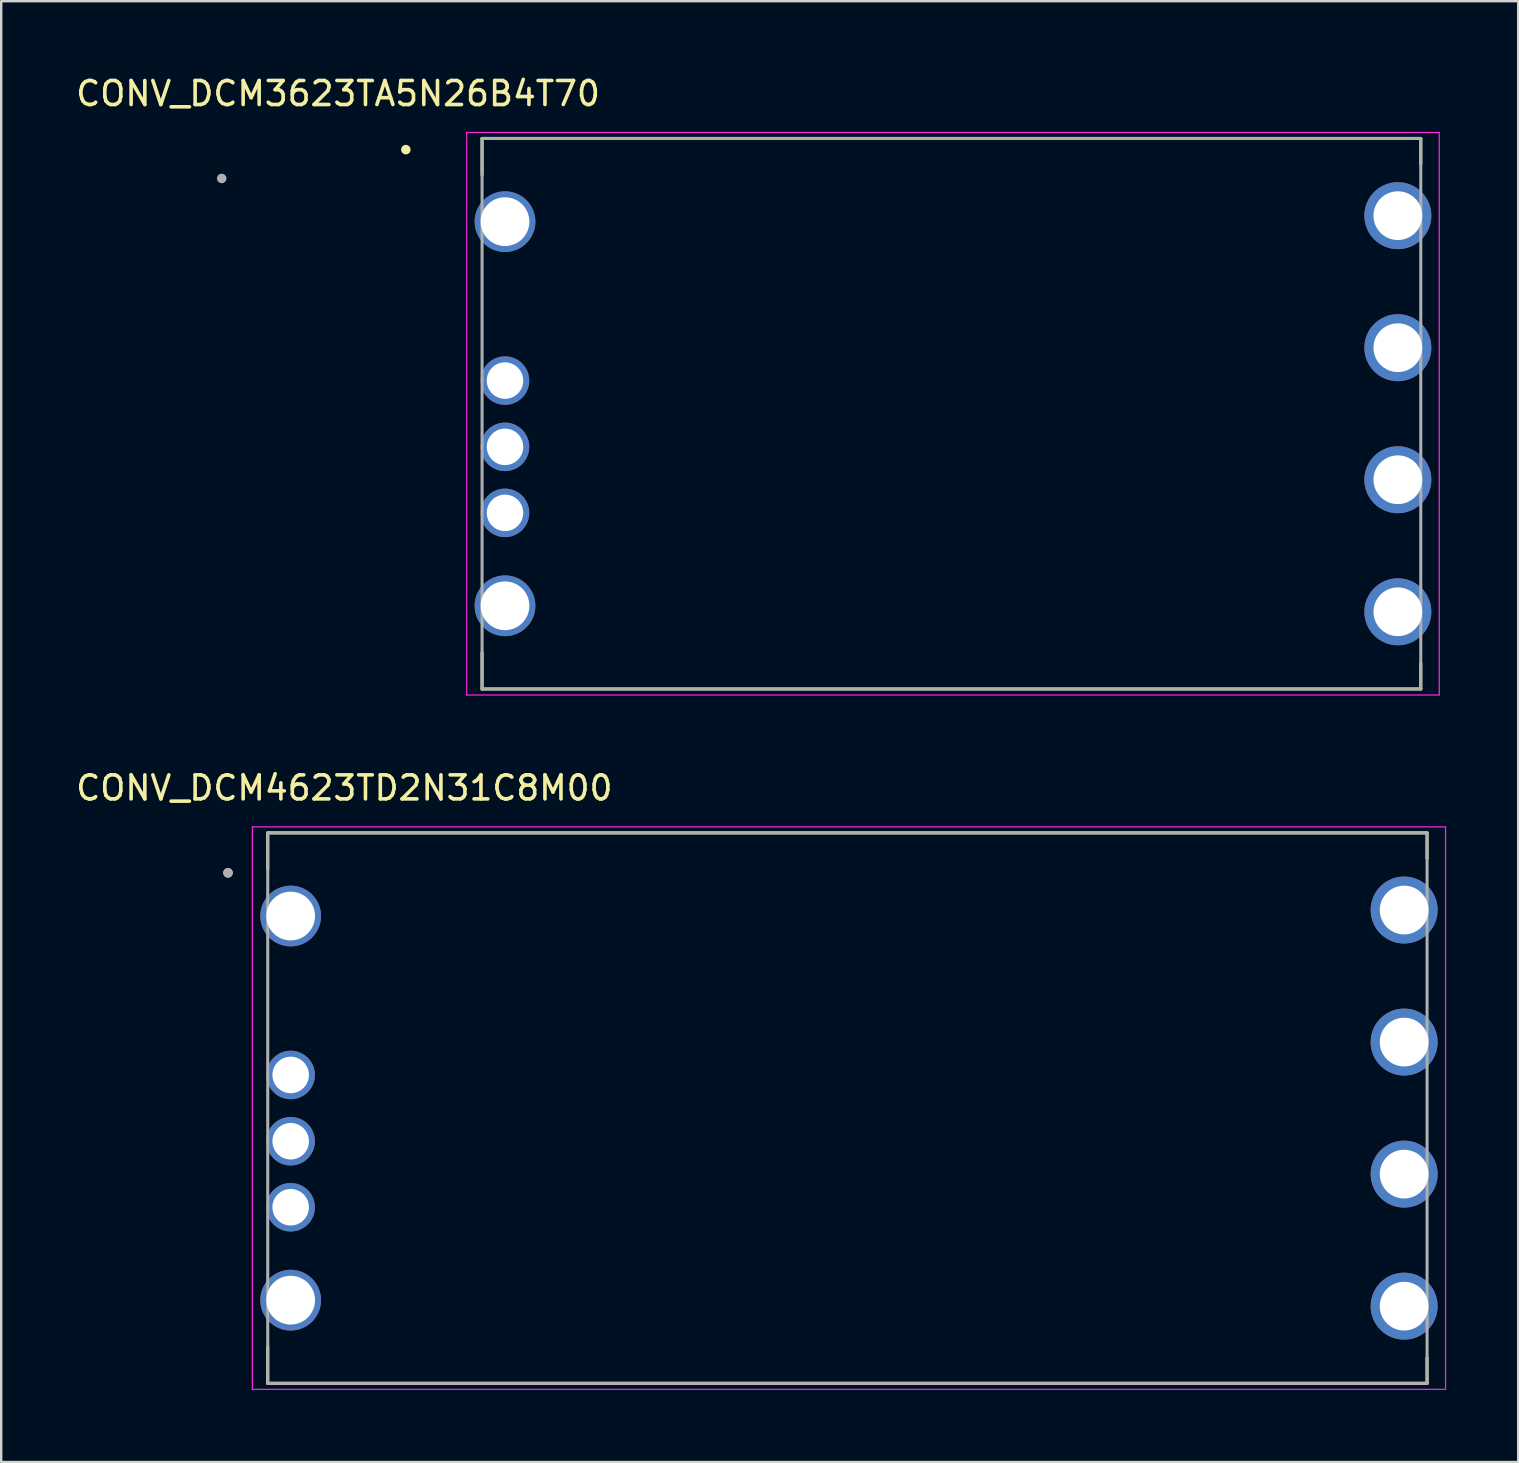
<source format=kicad_pcb>
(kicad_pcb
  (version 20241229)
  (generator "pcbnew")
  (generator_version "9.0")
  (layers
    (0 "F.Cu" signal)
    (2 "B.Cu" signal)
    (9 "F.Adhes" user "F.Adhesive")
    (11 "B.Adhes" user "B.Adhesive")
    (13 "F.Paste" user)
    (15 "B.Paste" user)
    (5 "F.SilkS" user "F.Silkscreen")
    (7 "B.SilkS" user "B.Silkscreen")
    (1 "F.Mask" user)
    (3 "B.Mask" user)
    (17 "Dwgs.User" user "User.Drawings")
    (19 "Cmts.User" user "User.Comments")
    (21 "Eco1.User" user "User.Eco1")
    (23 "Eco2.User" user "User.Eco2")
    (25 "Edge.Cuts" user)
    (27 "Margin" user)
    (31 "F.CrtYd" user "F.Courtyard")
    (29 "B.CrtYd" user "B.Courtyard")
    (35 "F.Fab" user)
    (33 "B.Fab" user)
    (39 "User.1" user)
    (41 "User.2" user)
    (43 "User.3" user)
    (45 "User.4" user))
  (footprint "CONV_DCM4623TD2N31C8M00"
    (layer "F.Cu")
    (at 32.247 43.106)
    (property "Reference" "CONV_DCM4623TD2N31C8M00" (at -20.955 -13.335 0) (layer "F.SilkS") (effects (font (size 1 1) (thickness 0.15))))
    (attr through_hole)
    (fp_line (start -24.145 -11.465) (end 24.145 -11.465) (stroke (width 0.127) (type solid)) (layer "F.SilkS"))
    (fp_line (start -24.145 -9.95) (end -24.145 -11.465) (stroke (width 0.127) (type solid)) (layer "F.SilkS"))
    (fp_line (start -24.145 9.95) (end -24.145 11.465) (stroke (width 0.127) (type solid)) (layer "F.SilkS"))
    (fp_line (start -24.145 11.465) (end 24.145 11.465) (stroke (width 0.127) (type solid)) (layer "F.SilkS"))
    (fp_line (start 24.145 -11.465) (end 24.145 -10.4) (stroke (width 0.127) (type solid)) (layer "F.SilkS"))
    (fp_line (start 24.145 11.465) (end 24.145 10.4) (stroke (width 0.127) (type solid)) (layer "F.SilkS"))
    (fp_circle (center -25.8 -9.8) (end -25.7 -9.8) (stroke (width 0.2) (type solid)) (fill no) (layer "F.SilkS"))
    (fp_line (start -24.785 -11.715) (end 24.915 -11.715) (stroke (width 0.05) (type solid)) (layer "F.CrtYd"))
    (fp_line (start -24.785 11.715) (end -24.785 -11.715) (stroke (width 0.05) (type solid)) (layer "F.CrtYd"))
    (fp_line (start 24.915 -11.715) (end 24.915 11.715) (stroke (width 0.05) (type solid)) (layer "F.CrtYd"))
    (fp_line (start 24.915 11.715) (end -24.785 11.715) (stroke (width 0.05) (type solid)) (layer "F.CrtYd"))
    (fp_line (start -24.145 -11.465) (end 24.145 -11.465) (stroke (width 0.127) (type solid)) (layer "F.Fab"))
    (fp_line (start -24.145 11.465) (end -24.145 -11.465) (stroke (width 0.127) (type solid)) (layer "F.Fab"))
    (fp_line (start 24.145 -11.465) (end 24.145 11.465) (stroke (width 0.127) (type solid)) (layer "F.Fab"))
    (fp_line (start 24.145 11.465) (end -24.145 11.465) (stroke (width 0.127) (type solid)) (layer "F.Fab"))
    (fp_circle (center -25.8 -9.8) (end -25.7 -9.8) (stroke (width 0.2) (type solid)) (fill no) (layer "F.Fab"))
    (pad "A1" thru_hole circle (at -23.19 -8) (size 2.53 2.53) (drill 2.03) (layers "*.Cu" "*.Mask"))
    (pad "A2" thru_hole circle (at 23.19 -8.25) (size 2.79 2.79) (drill 2.03) (layers "*.Cu" "*.Mask"))
    (pad "B1" thru_hole circle (at -23.19 -1.38) (size 2.02 2.02) (drill 1.52) (layers "*.Cu" "*.Mask"))
    (pad "B2" thru_hole circle (at 23.19 -2.75) (size 2.79 2.79) (drill 2.03) (layers "*.Cu" "*.Mask"))
    (pad "C1" thru_hole circle (at -23.19 1.38) (size 2.02 2.02) (drill 1.52) (layers "*.Cu" "*.Mask"))
    (pad "C2" thru_hole circle (at 23.19 2.75) (size 2.79 2.79) (drill 2.03) (layers "*.Cu" "*.Mask"))
    (pad "D1" thru_hole circle (at -23.19 4.13) (size 2.02 2.02) (drill 1.52) (layers "*.Cu" "*.Mask"))
    (pad "D2" thru_hole circle (at 23.19 8.25) (size 2.79 2.79) (drill 2.03) (layers "*.Cu" "*.Mask"))
    (pad "E1" thru_hole circle (at -23.19 8) (size 2.53 2.53) (drill 2.03) (layers "*.Cu" "*.Mask")))
  (footprint "CONV_DCM3623TA5N26B4T70"
    (layer "F.Cu")
    (at 31.985 14.183)
    (property "Reference" "CONV_DCM3623TA5N26B4T70" (at -20.955 -13.335 0) (layer "F.SilkS") (effects (font (size 1 1) (thickness 0.15))))
    (attr through_hole)
    (fp_line (start -14.955 -11.465) (end 24.145 -11.465) (stroke (width 0.127) (type solid)) (layer "F.SilkS"))
    (fp_line (start -14.955 -9.95) (end -14.955 -11.465) (stroke (width 0.127) (type solid)) (layer "F.SilkS"))
    (fp_line (start -14.955 9.95) (end -14.955 11.465) (stroke (width 0.127) (type solid)) (layer "F.SilkS"))
    (fp_line (start -14.955 11.465) (end 24.145 11.465) (stroke (width 0.127) (type solid)) (layer "F.SilkS"))
    (fp_line (start 24.145 -11.465) (end 24.145 -10.4) (stroke (width 0.127) (type solid)) (layer "F.SilkS"))
    (fp_line (start 24.145 11.465) (end 24.145 10.4) (stroke (width 0.127) (type solid)) (layer "F.SilkS"))
    (fp_circle (center -18.13 -11) (end -18.03 -11) (stroke (width 0.2) (type solid)) (fill no) (layer "F.SilkS"))
    (fp_line (start -15.595 -11.715) (end 24.915 -11.715) (stroke (width 0.05) (type solid)) (layer "F.CrtYd"))
    (fp_line (start -15.595 11.715) (end -15.595 -11.715) (stroke (width 0.05) (type solid)) (layer "F.CrtYd"))
    (fp_line (start 24.915 -11.715) (end 24.915 11.715) (stroke (width 0.05) (type solid)) (layer "F.CrtYd"))
    (fp_line (start 24.915 11.715) (end -15.595 11.715) (stroke (width 0.05) (type solid)) (layer "F.CrtYd"))
    (fp_line (start -14.955 -11.465) (end 24.145 -11.465) (stroke (width 0.127) (type solid)) (layer "F.Fab"))
    (fp_line (start -14.955 11.465) (end -14.955 -11.465) (stroke (width 0.127) (type solid)) (layer "F.Fab"))
    (fp_line (start 24.145 -11.465) (end 24.145 11.465) (stroke (width 0.127) (type solid)) (layer "F.Fab"))
    (fp_line (start 24.145 11.465) (end -14.955 11.465) (stroke (width 0.127) (type solid)) (layer "F.Fab"))
    (fp_circle (center -25.8 -9.8) (end -25.7 -9.8) (stroke (width 0.2) (type solid)) (fill no) (layer "F.Fab"))
    (pad "A1" thru_hole circle (at -14 -8) (size 2.53 2.53) (drill 2.03) (layers "*.Cu" "*.Mask"))
    (pad "A2" thru_hole circle (at 23.19 -8.25) (size 2.79 2.79) (drill 2.03) (layers "*.Cu" "*.Mask"))
    (pad "B1" thru_hole circle (at -14 -1.38) (size 2.02 2.02) (drill 1.52) (layers "*.Cu" "*.Mask"))
    (pad "B2" thru_hole circle (at 23.19 -2.75) (size 2.79 2.79) (drill 2.03) (layers "*.Cu" "*.Mask"))
    (pad "C1" thru_hole circle (at -14 1.38) (size 2.02 2.02) (drill 1.52) (layers "*.Cu" "*.Mask"))
    (pad "C2" thru_hole circle (at 23.19 2.75) (size 2.79 2.79) (drill 2.03) (layers "*.Cu" "*.Mask"))
    (pad "D1" thru_hole circle (at -14 4.13) (size 2.02 2.02) (drill 1.52) (layers "*.Cu" "*.Mask"))
    (pad "D2" thru_hole circle (at 23.19 8.25) (size 2.79 2.79) (drill 2.03) (layers "*.Cu" "*.Mask"))
    (pad "E1" thru_hole circle (at -14 8) (size 2.53 2.53) (drill 2.03) (layers "*.Cu" "*.Mask")))
  (gr_rect
    (start -3 -3)
    (end 60.187 57.846)
    (stroke (width 0.1) (type default))
    (fill no)
    (layer "Edge.Cuts")))
</source>
